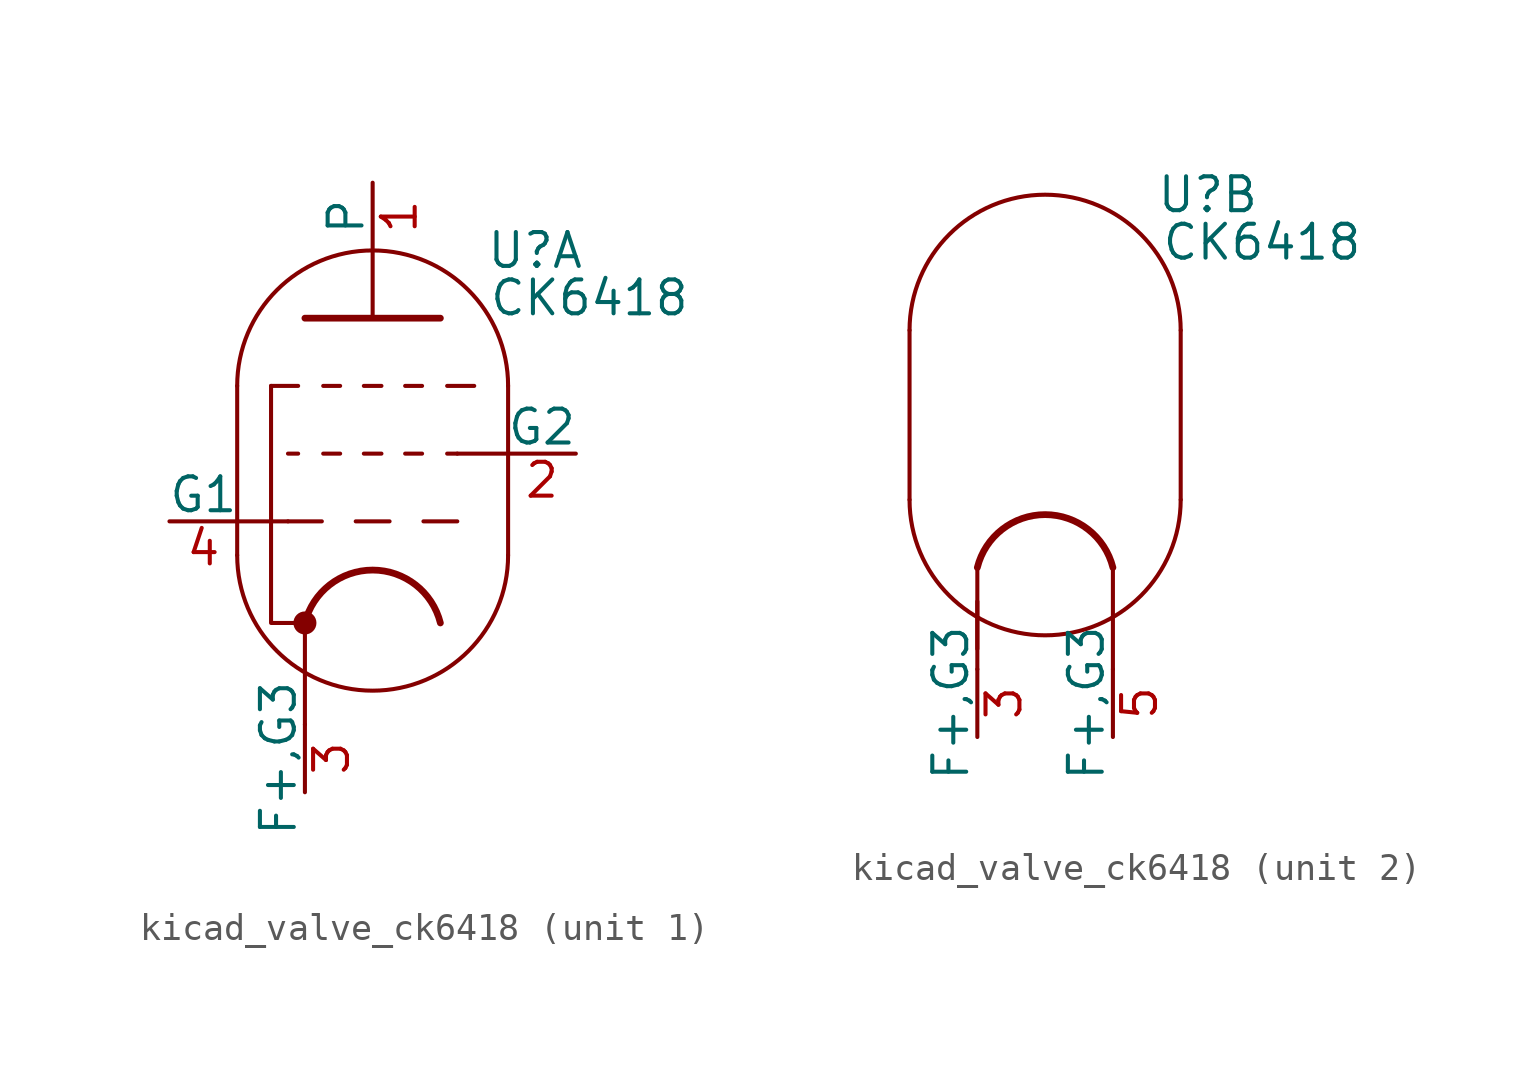
<source format=kicad_sym>
(kicad_symbol_lib
  (version 20220914)
  (generator kicad_symbol_editor)
  (symbol "kicad_valve_ck6418"
    (pin_names
      (offset 0))
    (property "Reference" "U"
      (at 6.096 10.16 0)
      (effects (font (size 1.27 1.27))))
    (property "Value" "CK6418"
      (at 8.128 8.382 0)
      (effects (font (size 1.27 1.27))))
    (property "ki_locked" ""
      (at 0 0 0)
      (effects (font (size 1.27 1.27))))
    (symbol "kicad_valve_ck6418_0_1"
      (arc (start -5.08 -1.27) (mid 0 -6.3279) (end 5.08 -1.27) (stroke (width 0) (type default)) (fill (type none)))
      (polyline (pts (xy -2.54 -7.62) (xy -2.54 -3.81)) (stroke (width 0) (type default)) (fill (type none)))
      (polyline (pts (xy -5.08 5.08) (xy -5.08 -1.27) (xy -5.08 -1.27)) (stroke (width 0) (type default)) (fill (type none)))
      (polyline (pts (xy 5.08 -1.27) (xy 5.08 5.08) (xy 5.08 5.08)) (stroke (width 0) (type default)) (fill (type none)))
      (arc (start 2.54 -3.81) (mid 0 -1.8268) (end -2.54 -3.81) (stroke (width 0.254) (type default)) (fill (type none)))
      (arc (start 5.08 5.08) (mid 0 10.1379) (end -5.08 5.08) (stroke (width 0) (type default)) (fill (type none)))
      (pin power_in line (at -2.54 -10.16 90) (length 2.54) (name "F+,G3" (effects (font (size 1.27 1.27)))) (number "3" (effects (font (size 1.27 1.27))))))
    (symbol "kicad_valve_ck6418_1_0"
      (polyline (pts (xy -5.08 0) (xy -3.175 0)) (stroke (width 0) (type default)) (fill (type none)))
      (polyline (pts (xy -0.635 0) (xy 0.635 0)) (stroke (width 0.152) (type default)) (fill (type none)))
      (polyline (pts (xy 0 7.62) (xy 0 10.16)) (stroke (width 0) (type default)) (fill (type none)))
      (polyline (pts (xy 1.905 0) (xy 3.175 0)) (stroke (width 0.152) (type default)) (fill (type none)))
      (polyline (pts (xy 3.175 2.54) (xy 5.08 2.54)) (stroke (width 0) (type default)) (fill (type none))))
    (symbol "kicad_valve_ck6418_1_1"
      (circle (center -2.54 -3.81) (radius 0.356) (stroke (width 0) (type default)) (fill (type outline)))
      (polyline (pts (xy -3.81 5.08) (xy -2.794 5.08)) (stroke (width 0.152) (type default)) (fill (type none)))
      (polyline (pts (xy -3.175 2.54) (xy -2.794 2.54)) (stroke (width 0.152) (type default)) (fill (type none)))
      (polyline (pts (xy -1.905 0) (xy -3.175 0)) (stroke (width 0.152) (type default)) (fill (type none)))
      (polyline (pts (xy -1.854 2.54) (xy -1.219 2.54)) (stroke (width 0.152) (type default)) (fill (type none)))
      (polyline (pts (xy -1.854 5.08) (xy -1.219 5.08)) (stroke (width 0.152) (type default)) (fill (type none)))
      (polyline (pts (xy -0.33 2.54) (xy 0.33 2.54)) (stroke (width 0.152) (type default)) (fill (type none)))
      (polyline (pts (xy -0.33 5.08) (xy 0.33 5.08)) (stroke (width 0.152) (type default)) (fill (type none)))
      (polyline (pts (xy 1.219 2.54) (xy 1.854 2.54)) (stroke (width 0.152) (type default)) (fill (type none)))
      (polyline (pts (xy 1.219 5.08) (xy 1.854 5.08)) (stroke (width 0.152) (type default)) (fill (type none)))
      (polyline (pts (xy 2.794 2.54) (xy 3.175 2.54)) (stroke (width 0.152) (type default)) (fill (type none)))
      (polyline (pts (xy 3.81 5.08) (xy 2.794 5.08)) (stroke (width 0.152) (type default)) (fill (type none)))
      (polyline (pts (xy -3.81 5.08) (xy -3.81 -3.81) (xy -2.54 -3.81)) (stroke (width 0) (type default)) (fill (type none)))
      (polyline (pts (xy -2.54 7.62) (xy 2.54 7.62) (xy 2.54 7.62)) (stroke (width 0.254) (type default)) (fill (type none)))
      (pin output line (at 0 12.7 270) (length 2.54) (name "P" (effects (font (size 1.27 1.27)))) (number "1" (effects (font (size 1.27 1.27)))))
      (pin input line (at 7.62 2.54 180) (length 2.54) (name "G2" (effects (font (size 1.27 1.27)))) (number "2" (effects (font (size 1.27 1.27)))))
      (pin input line (at -7.62 0 0) (length 2.54) (name "G1" (effects (font (size 1.27 1.27)))) (number "4" (effects (font (size 1.27 1.27))))))
    (symbol "kicad_valve_ck6418_2_1"
      (polyline (pts (xy 2.54 -7.62) (xy 2.54 -3.81)) (stroke (width 0) (type default)) (fill (type none)))
      (polyline (pts (xy -2.54 -6.858) (xy -2.54 -5.08) (xy -2.54 -5.08)) (stroke (width 0) (type default)) (fill (type none)))
      (pin power_in line (at 2.54 -10.16 90) (length 2.54) (name "F+,G3" (effects (font (size 1.27 1.27)))) (number "5" (effects (font (size 1.27 1.27))))))))
</source>
